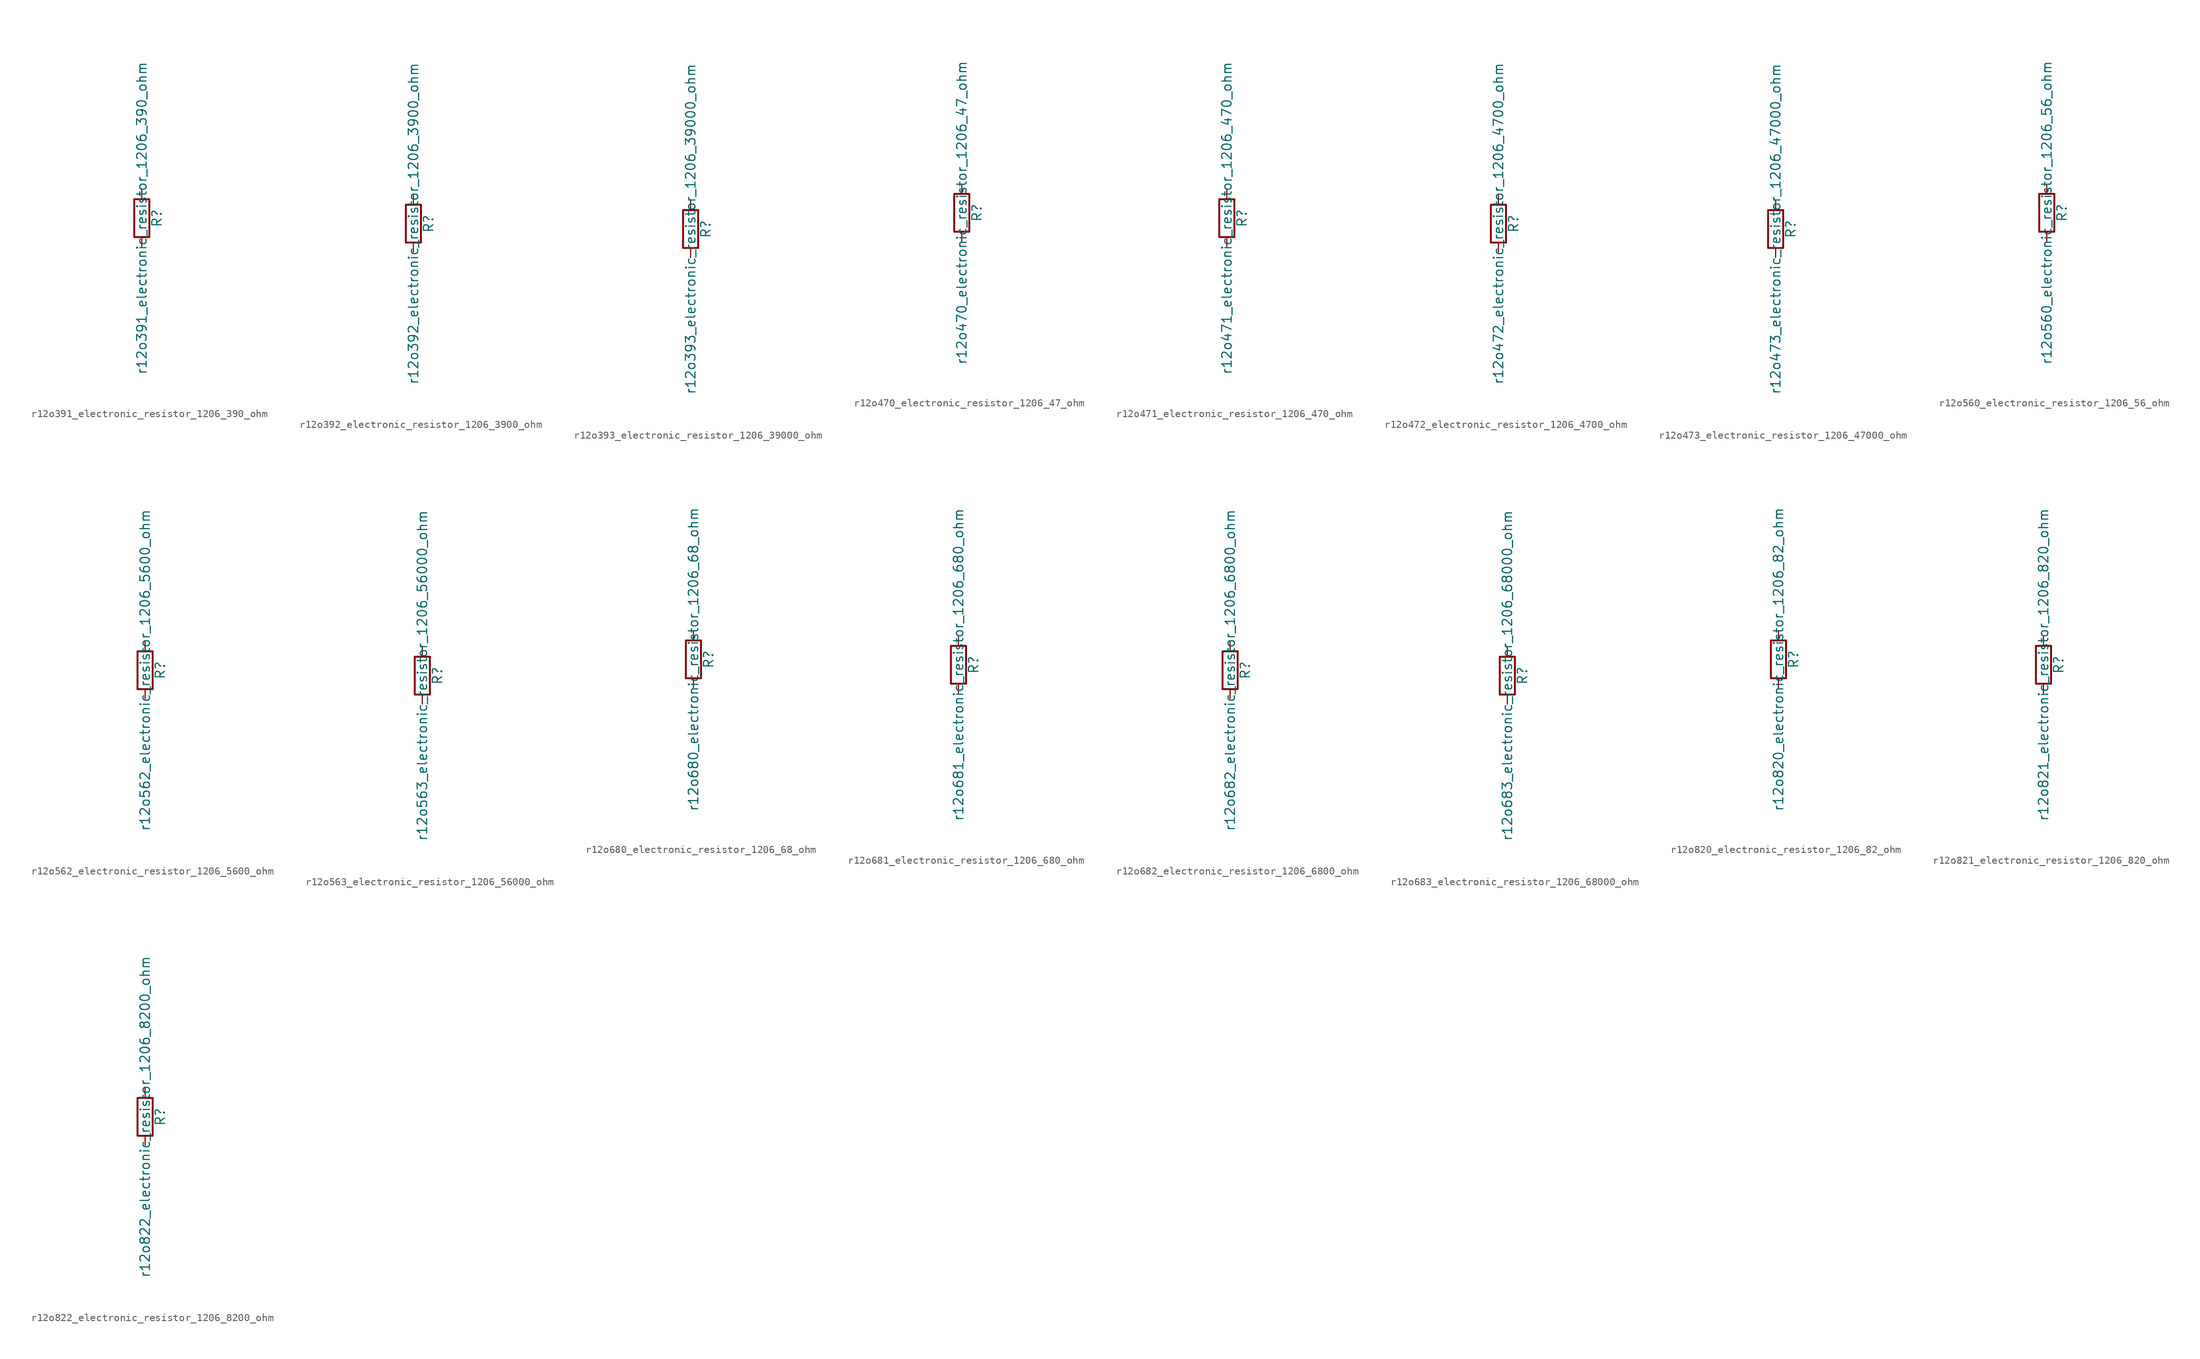
<source format=kicad_sym>
(kicad_symbol_lib
  (version 20220914)
  (generator kicad_symbol_editor)
  (symbol "r12o391_electronic_resistor_1206_390_ohm"
    (pin_numbers hide)
    (pin_names
      (offset 0))
    (property "Reference" "R"
      (at 2.032 0 90)
      (effects (font (size 1.27 1.27))))
    (property "Value" "r12o391_electronic_resistor_1206_390_ohm"
      (at 0 0 90)
      (effects (font (size 1.27 1.27))))
    (symbol "r12o391_electronic_resistor_1206_390_ohm_0_1"
      (rectangle (start -1.016 -2.54) (end 1.016 2.54) (stroke (width 0.254) (type default)) (fill (type none))))
    (symbol "r12o391_electronic_resistor_1206_390_ohm_1_1"
      (pin passive line (at 0 3.81 270) (length 1.27) (name "~" (effects (font (size 1.27 1.27)))) (number "1" (effects (font (size 1.27 1.27)))))
      (pin passive line (at 0 -3.81 90) (length 1.27) (name "~" (effects (font (size 1.27 1.27)))) (number "2" (effects (font (size 1.27 1.27)))))))
  (symbol "r12o392_electronic_resistor_1206_3900_ohm"
    (pin_numbers hide)
    (pin_names
      (offset 0))
    (property "Reference" "R"
      (at 2.032 0 90)
      (effects (font (size 1.27 1.27))))
    (property "Value" "r12o392_electronic_resistor_1206_3900_ohm"
      (at 0 0 90)
      (effects (font (size 1.27 1.27))))
    (symbol "r12o392_electronic_resistor_1206_3900_ohm_0_1"
      (rectangle (start -1.016 -2.54) (end 1.016 2.54) (stroke (width 0.254) (type default)) (fill (type none))))
    (symbol "r12o392_electronic_resistor_1206_3900_ohm_1_1"
      (pin passive line (at 0 3.81 270) (length 1.27) (name "~" (effects (font (size 1.27 1.27)))) (number "1" (effects (font (size 1.27 1.27)))))
      (pin passive line (at 0 -3.81 90) (length 1.27) (name "~" (effects (font (size 1.27 1.27)))) (number "2" (effects (font (size 1.27 1.27)))))))
  (symbol "r12o393_electronic_resistor_1206_39000_ohm"
    (pin_numbers hide)
    (pin_names
      (offset 0))
    (property "Reference" "R"
      (at 2.032 0 90)
      (effects (font (size 1.27 1.27))))
    (property "Value" "r12o393_electronic_resistor_1206_39000_ohm"
      (at 0 0 90)
      (effects (font (size 1.27 1.27))))
    (symbol "r12o393_electronic_resistor_1206_39000_ohm_0_1"
      (rectangle (start -1.016 -2.54) (end 1.016 2.54) (stroke (width 0.254) (type default)) (fill (type none))))
    (symbol "r12o393_electronic_resistor_1206_39000_ohm_1_1"
      (pin passive line (at 0 3.81 270) (length 1.27) (name "~" (effects (font (size 1.27 1.27)))) (number "1" (effects (font (size 1.27 1.27)))))
      (pin passive line (at 0 -3.81 90) (length 1.27) (name "~" (effects (font (size 1.27 1.27)))) (number "2" (effects (font (size 1.27 1.27)))))))
  (symbol "r12o470_electronic_resistor_1206_47_ohm"
    (pin_numbers hide)
    (pin_names
      (offset 0))
    (property "Reference" "R"
      (at 2.032 0 90)
      (effects (font (size 1.27 1.27))))
    (property "Value" "r12o470_electronic_resistor_1206_47_ohm"
      (at 0 0 90)
      (effects (font (size 1.27 1.27))))
    (symbol "r12o470_electronic_resistor_1206_47_ohm_0_1"
      (rectangle (start -1.016 -2.54) (end 1.016 2.54) (stroke (width 0.254) (type default)) (fill (type none))))
    (symbol "r12o470_electronic_resistor_1206_47_ohm_1_1"
      (pin passive line (at 0 3.81 270) (length 1.27) (name "~" (effects (font (size 1.27 1.27)))) (number "1" (effects (font (size 1.27 1.27)))))
      (pin passive line (at 0 -3.81 90) (length 1.27) (name "~" (effects (font (size 1.27 1.27)))) (number "2" (effects (font (size 1.27 1.27)))))))
  (symbol "r12o471_electronic_resistor_1206_470_ohm"
    (pin_numbers hide)
    (pin_names
      (offset 0))
    (property "Reference" "R"
      (at 2.032 0 90)
      (effects (font (size 1.27 1.27))))
    (property "Value" "r12o471_electronic_resistor_1206_470_ohm"
      (at 0 0 90)
      (effects (font (size 1.27 1.27))))
    (symbol "r12o471_electronic_resistor_1206_470_ohm_0_1"
      (rectangle (start -1.016 -2.54) (end 1.016 2.54) (stroke (width 0.254) (type default)) (fill (type none))))
    (symbol "r12o471_electronic_resistor_1206_470_ohm_1_1"
      (pin passive line (at 0 3.81 270) (length 1.27) (name "~" (effects (font (size 1.27 1.27)))) (number "1" (effects (font (size 1.27 1.27)))))
      (pin passive line (at 0 -3.81 90) (length 1.27) (name "~" (effects (font (size 1.27 1.27)))) (number "2" (effects (font (size 1.27 1.27)))))))
  (symbol "r12o472_electronic_resistor_1206_4700_ohm"
    (pin_numbers hide)
    (pin_names
      (offset 0))
    (property "Reference" "R"
      (at 2.032 0 90)
      (effects (font (size 1.27 1.27))))
    (property "Value" "r12o472_electronic_resistor_1206_4700_ohm"
      (at 0 0 90)
      (effects (font (size 1.27 1.27))))
    (symbol "r12o472_electronic_resistor_1206_4700_ohm_0_1"
      (rectangle (start -1.016 -2.54) (end 1.016 2.54) (stroke (width 0.254) (type default)) (fill (type none))))
    (symbol "r12o472_electronic_resistor_1206_4700_ohm_1_1"
      (pin passive line (at 0 3.81 270) (length 1.27) (name "~" (effects (font (size 1.27 1.27)))) (number "1" (effects (font (size 1.27 1.27)))))
      (pin passive line (at 0 -3.81 90) (length 1.27) (name "~" (effects (font (size 1.27 1.27)))) (number "2" (effects (font (size 1.27 1.27)))))))
  (symbol "r12o473_electronic_resistor_1206_47000_ohm"
    (pin_numbers hide)
    (pin_names
      (offset 0))
    (property "Reference" "R"
      (at 2.032 0 90)
      (effects (font (size 1.27 1.27))))
    (property "Value" "r12o473_electronic_resistor_1206_47000_ohm"
      (at 0 0 90)
      (effects (font (size 1.27 1.27))))
    (symbol "r12o473_electronic_resistor_1206_47000_ohm_0_1"
      (rectangle (start -1.016 -2.54) (end 1.016 2.54) (stroke (width 0.254) (type default)) (fill (type none))))
    (symbol "r12o473_electronic_resistor_1206_47000_ohm_1_1"
      (pin passive line (at 0 3.81 270) (length 1.27) (name "~" (effects (font (size 1.27 1.27)))) (number "1" (effects (font (size 1.27 1.27)))))
      (pin passive line (at 0 -3.81 90) (length 1.27) (name "~" (effects (font (size 1.27 1.27)))) (number "2" (effects (font (size 1.27 1.27)))))))
  (symbol "r12o560_electronic_resistor_1206_56_ohm"
    (pin_numbers hide)
    (pin_names
      (offset 0))
    (property "Reference" "R"
      (at 2.032 0 90)
      (effects (font (size 1.27 1.27))))
    (property "Value" "r12o560_electronic_resistor_1206_56_ohm"
      (at 0 0 90)
      (effects (font (size 1.27 1.27))))
    (symbol "r12o560_electronic_resistor_1206_56_ohm_0_1"
      (rectangle (start -1.016 -2.54) (end 1.016 2.54) (stroke (width 0.254) (type default)) (fill (type none))))
    (symbol "r12o560_electronic_resistor_1206_56_ohm_1_1"
      (pin passive line (at 0 3.81 270) (length 1.27) (name "~" (effects (font (size 1.27 1.27)))) (number "1" (effects (font (size 1.27 1.27)))))
      (pin passive line (at 0 -3.81 90) (length 1.27) (name "~" (effects (font (size 1.27 1.27)))) (number "2" (effects (font (size 1.27 1.27)))))))
  (symbol "r12o562_electronic_resistor_1206_5600_ohm"
    (pin_numbers hide)
    (pin_names
      (offset 0))
    (property "Reference" "R"
      (at 2.032 0 90)
      (effects (font (size 1.27 1.27))))
    (property "Value" "r12o562_electronic_resistor_1206_5600_ohm"
      (at 0 0 90)
      (effects (font (size 1.27 1.27))))
    (symbol "r12o562_electronic_resistor_1206_5600_ohm_0_1"
      (rectangle (start -1.016 -2.54) (end 1.016 2.54) (stroke (width 0.254) (type default)) (fill (type none))))
    (symbol "r12o562_electronic_resistor_1206_5600_ohm_1_1"
      (pin passive line (at 0 3.81 270) (length 1.27) (name "~" (effects (font (size 1.27 1.27)))) (number "1" (effects (font (size 1.27 1.27)))))
      (pin passive line (at 0 -3.81 90) (length 1.27) (name "~" (effects (font (size 1.27 1.27)))) (number "2" (effects (font (size 1.27 1.27)))))))
  (symbol "r12o563_electronic_resistor_1206_56000_ohm"
    (pin_numbers hide)
    (pin_names
      (offset 0))
    (property "Reference" "R"
      (at 2.032 0 90)
      (effects (font (size 1.27 1.27))))
    (property "Value" "r12o563_electronic_resistor_1206_56000_ohm"
      (at 0 0 90)
      (effects (font (size 1.27 1.27))))
    (symbol "r12o563_electronic_resistor_1206_56000_ohm_0_1"
      (rectangle (start -1.016 -2.54) (end 1.016 2.54) (stroke (width 0.254) (type default)) (fill (type none))))
    (symbol "r12o563_electronic_resistor_1206_56000_ohm_1_1"
      (pin passive line (at 0 3.81 270) (length 1.27) (name "~" (effects (font (size 1.27 1.27)))) (number "1" (effects (font (size 1.27 1.27)))))
      (pin passive line (at 0 -3.81 90) (length 1.27) (name "~" (effects (font (size 1.27 1.27)))) (number "2" (effects (font (size 1.27 1.27)))))))
  (symbol "r12o680_electronic_resistor_1206_68_ohm"
    (pin_numbers hide)
    (pin_names
      (offset 0))
    (property "Reference" "R"
      (at 2.032 0 90)
      (effects (font (size 1.27 1.27))))
    (property "Value" "r12o680_electronic_resistor_1206_68_ohm"
      (at 0 0 90)
      (effects (font (size 1.27 1.27))))
    (symbol "r12o680_electronic_resistor_1206_68_ohm_0_1"
      (rectangle (start -1.016 -2.54) (end 1.016 2.54) (stroke (width 0.254) (type default)) (fill (type none))))
    (symbol "r12o680_electronic_resistor_1206_68_ohm_1_1"
      (pin passive line (at 0 3.81 270) (length 1.27) (name "~" (effects (font (size 1.27 1.27)))) (number "1" (effects (font (size 1.27 1.27)))))
      (pin passive line (at 0 -3.81 90) (length 1.27) (name "~" (effects (font (size 1.27 1.27)))) (number "2" (effects (font (size 1.27 1.27)))))))
  (symbol "r12o681_electronic_resistor_1206_680_ohm"
    (pin_numbers hide)
    (pin_names
      (offset 0))
    (property "Reference" "R"
      (at 2.032 0 90)
      (effects (font (size 1.27 1.27))))
    (property "Value" "r12o681_electronic_resistor_1206_680_ohm"
      (at 0 0 90)
      (effects (font (size 1.27 1.27))))
    (symbol "r12o681_electronic_resistor_1206_680_ohm_0_1"
      (rectangle (start -1.016 -2.54) (end 1.016 2.54) (stroke (width 0.254) (type default)) (fill (type none))))
    (symbol "r12o681_electronic_resistor_1206_680_ohm_1_1"
      (pin passive line (at 0 3.81 270) (length 1.27) (name "~" (effects (font (size 1.27 1.27)))) (number "1" (effects (font (size 1.27 1.27)))))
      (pin passive line (at 0 -3.81 90) (length 1.27) (name "~" (effects (font (size 1.27 1.27)))) (number "2" (effects (font (size 1.27 1.27)))))))
  (symbol "r12o682_electronic_resistor_1206_6800_ohm"
    (pin_numbers hide)
    (pin_names
      (offset 0))
    (property "Reference" "R"
      (at 2.032 0 90)
      (effects (font (size 1.27 1.27))))
    (property "Value" "r12o682_electronic_resistor_1206_6800_ohm"
      (at 0 0 90)
      (effects (font (size 1.27 1.27))))
    (symbol "r12o682_electronic_resistor_1206_6800_ohm_0_1"
      (rectangle (start -1.016 -2.54) (end 1.016 2.54) (stroke (width 0.254) (type default)) (fill (type none))))
    (symbol "r12o682_electronic_resistor_1206_6800_ohm_1_1"
      (pin passive line (at 0 3.81 270) (length 1.27) (name "~" (effects (font (size 1.27 1.27)))) (number "1" (effects (font (size 1.27 1.27)))))
      (pin passive line (at 0 -3.81 90) (length 1.27) (name "~" (effects (font (size 1.27 1.27)))) (number "2" (effects (font (size 1.27 1.27)))))))
  (symbol "r12o683_electronic_resistor_1206_68000_ohm"
    (pin_numbers hide)
    (pin_names
      (offset 0))
    (property "Reference" "R"
      (at 2.032 0 90)
      (effects (font (size 1.27 1.27))))
    (property "Value" "r12o683_electronic_resistor_1206_68000_ohm"
      (at 0 0 90)
      (effects (font (size 1.27 1.27))))
    (symbol "r12o683_electronic_resistor_1206_68000_ohm_0_1"
      (rectangle (start -1.016 -2.54) (end 1.016 2.54) (stroke (width 0.254) (type default)) (fill (type none))))
    (symbol "r12o683_electronic_resistor_1206_68000_ohm_1_1"
      (pin passive line (at 0 3.81 270) (length 1.27) (name "~" (effects (font (size 1.27 1.27)))) (number "1" (effects (font (size 1.27 1.27)))))
      (pin passive line (at 0 -3.81 90) (length 1.27) (name "~" (effects (font (size 1.27 1.27)))) (number "2" (effects (font (size 1.27 1.27)))))))
  (symbol "r12o820_electronic_resistor_1206_82_ohm"
    (pin_numbers hide)
    (pin_names
      (offset 0))
    (property "Reference" "R"
      (at 2.032 0 90)
      (effects (font (size 1.27 1.27))))
    (property "Value" "r12o820_electronic_resistor_1206_82_ohm"
      (at 0 0 90)
      (effects (font (size 1.27 1.27))))
    (symbol "r12o820_electronic_resistor_1206_82_ohm_0_1"
      (rectangle (start -1.016 -2.54) (end 1.016 2.54) (stroke (width 0.254) (type default)) (fill (type none))))
    (symbol "r12o820_electronic_resistor_1206_82_ohm_1_1"
      (pin passive line (at 0 3.81 270) (length 1.27) (name "~" (effects (font (size 1.27 1.27)))) (number "1" (effects (font (size 1.27 1.27)))))
      (pin passive line (at 0 -3.81 90) (length 1.27) (name "~" (effects (font (size 1.27 1.27)))) (number "2" (effects (font (size 1.27 1.27)))))))
  (symbol "r12o821_electronic_resistor_1206_820_ohm"
    (pin_numbers hide)
    (pin_names
      (offset 0))
    (property "Reference" "R"
      (at 2.032 0 90)
      (effects (font (size 1.27 1.27))))
    (property "Value" "r12o821_electronic_resistor_1206_820_ohm"
      (at 0 0 90)
      (effects (font (size 1.27 1.27))))
    (symbol "r12o821_electronic_resistor_1206_820_ohm_0_1"
      (rectangle (start -1.016 -2.54) (end 1.016 2.54) (stroke (width 0.254) (type default)) (fill (type none))))
    (symbol "r12o821_electronic_resistor_1206_820_ohm_1_1"
      (pin passive line (at 0 3.81 270) (length 1.27) (name "~" (effects (font (size 1.27 1.27)))) (number "1" (effects (font (size 1.27 1.27)))))
      (pin passive line (at 0 -3.81 90) (length 1.27) (name "~" (effects (font (size 1.27 1.27)))) (number "2" (effects (font (size 1.27 1.27)))))))
  (symbol "r12o822_electronic_resistor_1206_8200_ohm"
    (pin_numbers hide)
    (pin_names
      (offset 0))
    (property "Reference" "R"
      (at 2.032 0 90)
      (effects (font (size 1.27 1.27))))
    (property "Value" "r12o822_electronic_resistor_1206_8200_ohm"
      (at 0 0 90)
      (effects (font (size 1.27 1.27))))
    (symbol "r12o822_electronic_resistor_1206_8200_ohm_0_1"
      (rectangle (start -1.016 -2.54) (end 1.016 2.54) (stroke (width 0.254) (type default)) (fill (type none))))
    (symbol "r12o822_electronic_resistor_1206_8200_ohm_1_1"
      (pin passive line (at 0 3.81 270) (length 1.27) (name "~" (effects (font (size 1.27 1.27)))) (number "1" (effects (font (size 1.27 1.27)))))
      (pin passive line (at 0 -3.81 90) (length 1.27) (name "~" (effects (font (size 1.27 1.27)))) (number "2" (effects (font (size 1.27 1.27))))))))
</source>
